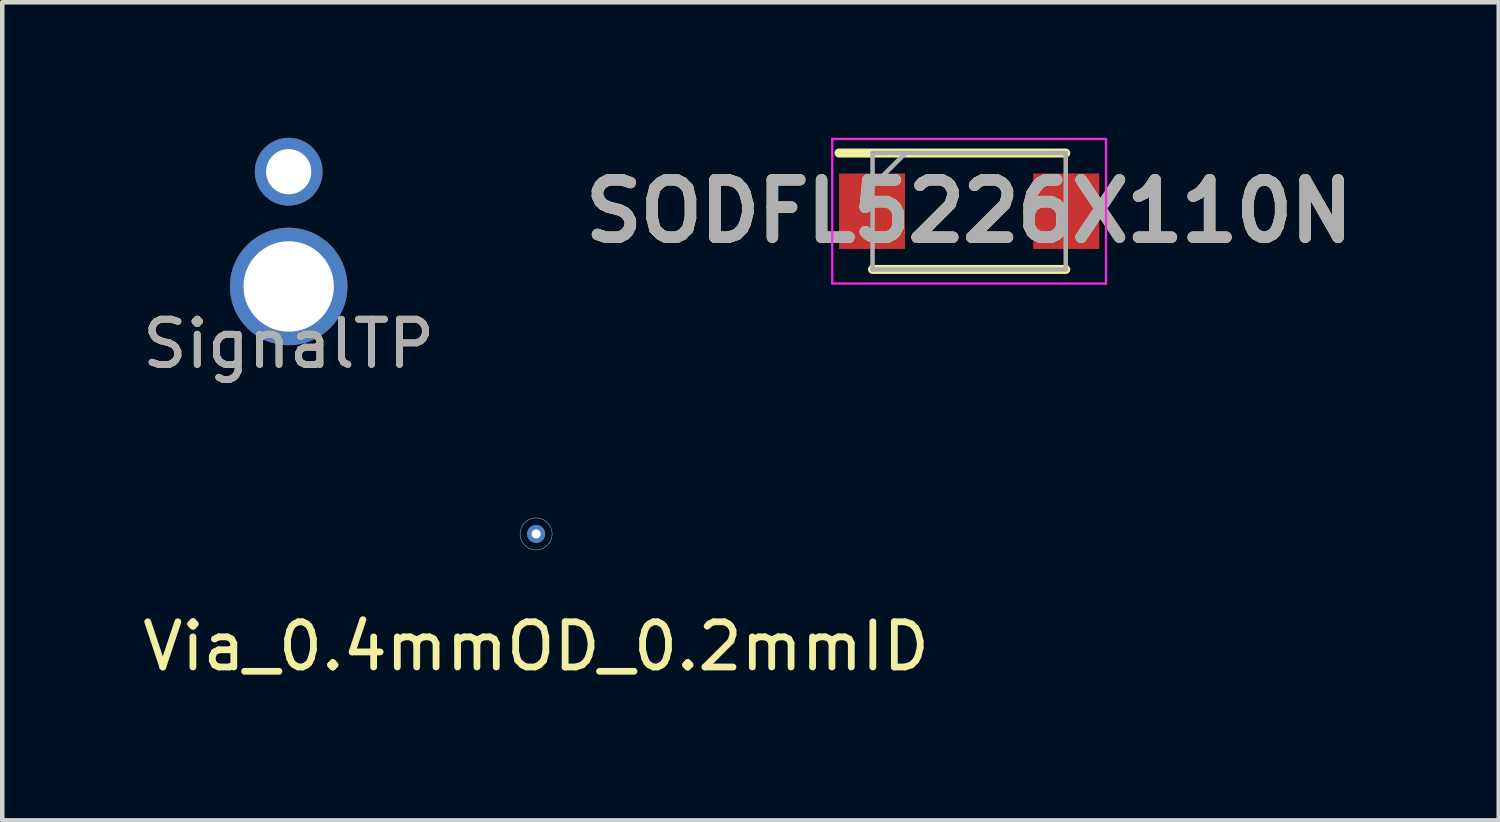
<source format=kicad_pcb>
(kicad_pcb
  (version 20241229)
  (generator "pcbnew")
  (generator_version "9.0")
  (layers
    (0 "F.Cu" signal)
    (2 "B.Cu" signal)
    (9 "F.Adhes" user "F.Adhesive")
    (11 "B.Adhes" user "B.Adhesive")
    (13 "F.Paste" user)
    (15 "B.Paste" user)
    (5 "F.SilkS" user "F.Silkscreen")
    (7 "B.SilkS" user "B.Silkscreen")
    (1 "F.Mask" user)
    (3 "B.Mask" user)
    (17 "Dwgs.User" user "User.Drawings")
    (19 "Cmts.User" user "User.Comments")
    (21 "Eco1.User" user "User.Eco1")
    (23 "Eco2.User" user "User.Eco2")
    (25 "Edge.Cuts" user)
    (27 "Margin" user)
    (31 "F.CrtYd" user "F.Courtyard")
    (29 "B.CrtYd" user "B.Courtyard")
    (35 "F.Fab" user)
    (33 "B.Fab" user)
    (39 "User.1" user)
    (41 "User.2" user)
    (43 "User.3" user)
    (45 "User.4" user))
  (footprint "SignalTP"
    (layer "F.Cu")
    (at 3.339 2.02)
    (property "Reference" "SignalTP" (at 0 2.54 0) (unlocked yes) (layer "F.SilkS") (effects (font (size 1 1) (thickness 0.15))))
    (attr through_hole)
    (fp_text user "${REFERENCE}" (at 0 2.54 0) (unlocked yes) (layer "F.Fab") (effects (font (size 1 1) (thickness 0.15))))
    (pad "1" thru_hole circle (at 0 -1.27) (size 1.5 1.5) (drill 1) (layers "*.Cu" "*.Mask"))
    (pad "2" thru_hole circle (at 0 1.27) (size 2.6 2.6) (drill 2) (layers "*.Cu" "*.Mask")))
  (footprint "SODFL5226X110N"
    (layer "F.Cu")
    (at 18.399 1.625)
    (property "Reference" "SODFL5226X110N" (at 0 0 0) (layer "F.SilkS") (effects (font (size 1.27 1.27) (thickness 0.254))))
    (attr smd)
    (fp_line (start -2.88 -1.288) (end 2.138 -1.288) (stroke (width 0.2) (type solid)) (layer "F.SilkS"))
    (fp_line (start -2.138 1.288) (end 2.138 1.288) (stroke (width 0.2) (type solid)) (layer "F.SilkS"))
    (fp_line (start -3.03 -1.6) (end 3.03 -1.6) (stroke (width 0.05) (type solid)) (layer "F.CrtYd"))
    (fp_line (start -3.03 1.6) (end -3.03 -1.6) (stroke (width 0.05) (type solid)) (layer "F.CrtYd"))
    (fp_line (start 3.03 -1.6) (end 3.03 1.6) (stroke (width 0.05) (type solid)) (layer "F.CrtYd"))
    (fp_line (start 3.03 1.6) (end -3.03 1.6) (stroke (width 0.05) (type solid)) (layer "F.CrtYd"))
    (fp_line (start -2.138 -1.288) (end 2.138 -1.288) (stroke (width 0.1) (type solid)) (layer "F.Fab"))
    (fp_line (start -2.138 -0.558) (end -1.408 -1.288) (stroke (width 0.1) (type solid)) (layer "F.Fab"))
    (fp_line (start -2.138 1.288) (end -2.138 -1.288) (stroke (width 0.1) (type solid)) (layer "F.Fab"))
    (fp_line (start 2.138 -1.288) (end 2.138 1.288) (stroke (width 0.1) (type solid)) (layer "F.Fab"))
    (fp_line (start 2.138 1.288) (end -2.138 1.288) (stroke (width 0.1) (type solid)) (layer "F.Fab"))
    (fp_text user "${REFERENCE}" (at 0 0 0) (layer "F.Fab") (effects (font (size 1.27 1.27) (thickness 0.254))))
    (pad "1" smd rect (at -2.15 0) (size 1.46 1.67) (layers "F.Cu" "F.Mask" "F.Paste"))
    (pad "2" smd rect (at 2.15 0) (size 1.46 1.67) (layers "F.Cu" "F.Mask" "F.Paste")))
  (footprint "Via_0.4mmOD_0.2mmID"
    (layer "F.Cu")
    (at 8.815 8.767)
    (property "Reference" "Via_0.4mmOD_0.2mmID" (at 0 2.49 0) (unlocked yes) (layer "F.SilkS") (effects (font (size 1 1) (thickness 0.15))))
    (attr through_hole)
    (fp_circle (center 0 0) (end 0.354 0) (stroke (width 0.01) (type default)) (fill no) (layer "Dwgs.User"))
    (pad "1" thru_hole circle (at 0 0) (size 0.4 0.4) (drill 0.2) (layers "*.Cu" "*.Mask")))
  (gr_rect
    (start -3 -3)
    (end 30.12 15.105)
    (stroke (width 0.1) (type default))
    (fill no)
    (layer "Edge.Cuts")))
</source>
